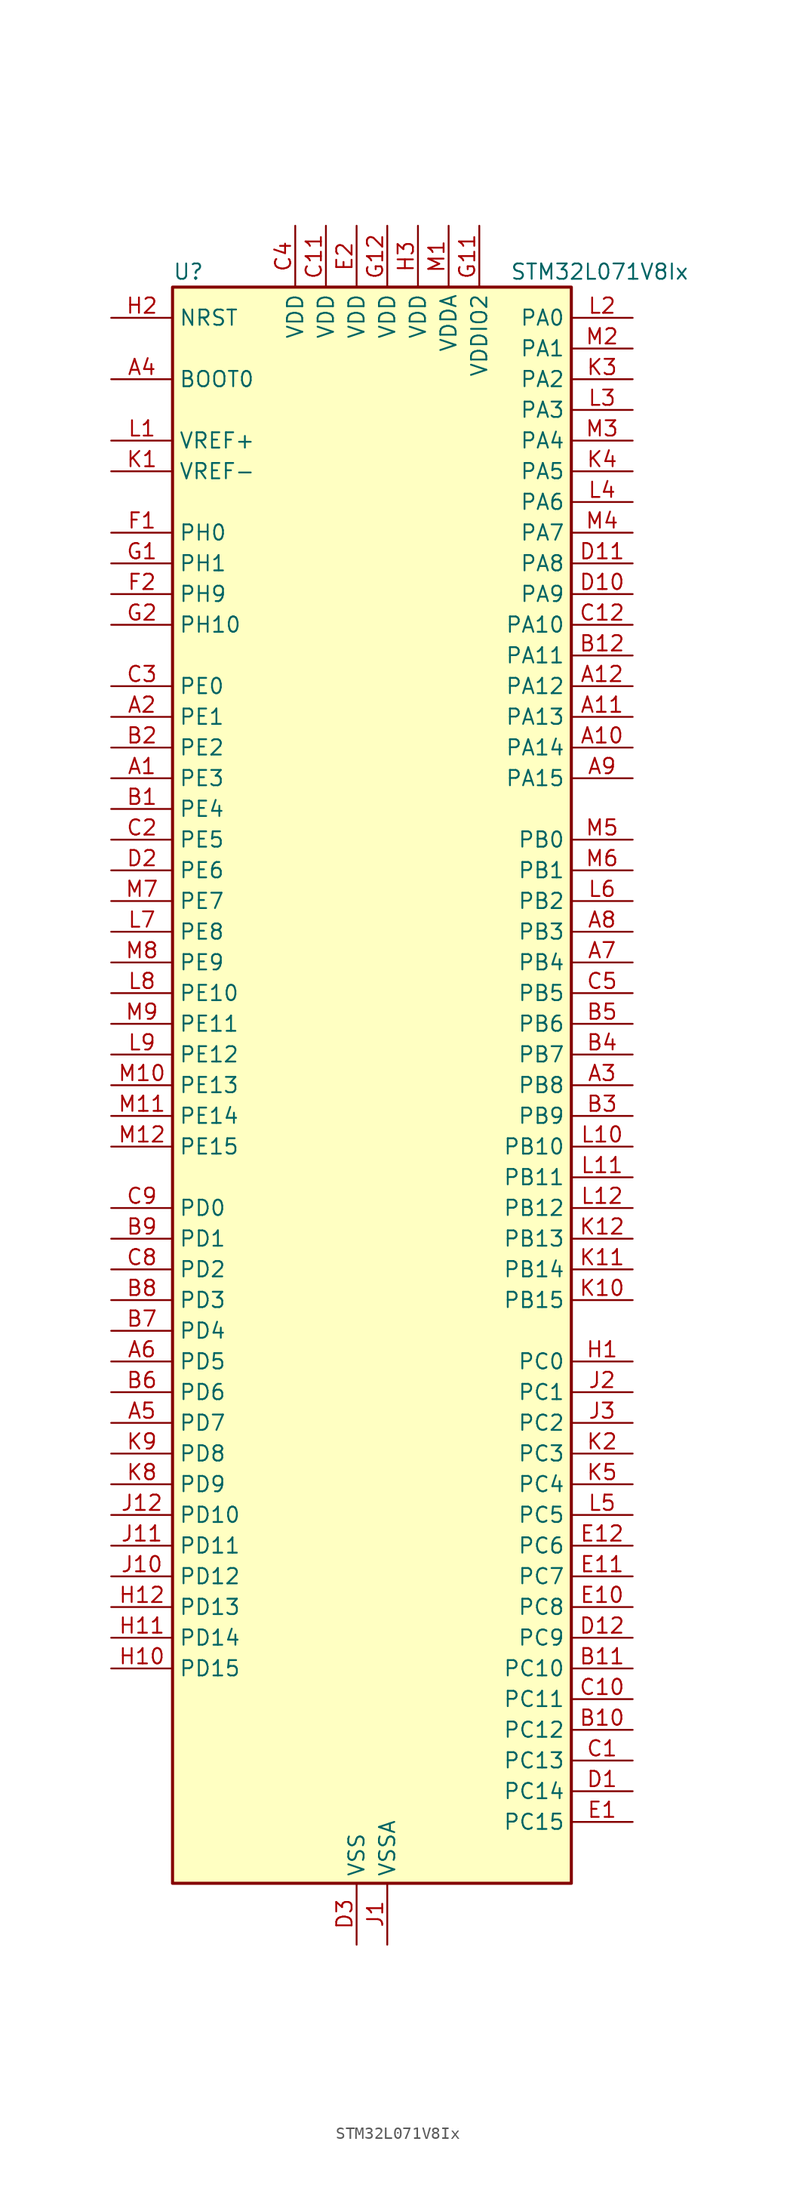
<source format=kicad_sym>
(kicad_symbol_lib
  (version 20220914)
  (generator kicad_symbol_editor)
  (symbol "STM32L071V8Ix"
    (property "Reference" "U"
      (at -15.24 67.31 0)
      (effects (font (size 1.27 1.27)) (justify left)))
    (property "Value" "STM32L071V8Ix"
      (at 12.7 67.31 0)
      (effects (font (size 1.27 1.27)) (justify left)))
    (property "ki_locked" ""
      (at 0 0 0)
      (effects (font (size 1.27 1.27))))
    (symbol "STM32L071V8Ix_0_1"
      (rectangle (start -15.24 -66.04) (end 17.78 66.04) (stroke (width 0.254) (type default)) (fill (type background))))
    (symbol "STM32L071V8Ix_1_1"
      (pin bidirectional line (at -20.32 25.4 0) (length 5.08) (name "PE3" (effects (font (size 1.27 1.27)))) (number "A1" (effects (font (size 1.27 1.27)))) (alternate "TIM22_CH1" bidirectional line) (alternate "TIM3_CH1" bidirectional line))
      (pin bidirectional line (at 22.86 27.94 180) (length 5.08) (name "PA14" (effects (font (size 1.27 1.27)))) (number "A10" (effects (font (size 1.27 1.27)))) (alternate "LPUART1_TX" bidirectional line) (alternate "SYS_SWCLK" bidirectional line) (alternate "USART2_TX" bidirectional line))
      (pin bidirectional line (at 22.86 30.48 180) (length 5.08) (name "PA13" (effects (font (size 1.27 1.27)))) (number "A11" (effects (font (size 1.27 1.27)))) (alternate "LPUART1_RX" bidirectional line) (alternate "SYS_SWDIO" bidirectional line))
      (pin bidirectional line (at 22.86 33.02 180) (length 5.08) (name "PA12" (effects (font (size 1.27 1.27)))) (number "A12" (effects (font (size 1.27 1.27)))) (alternate "COMP2_OUT" bidirectional line) (alternate "SPI1_MOSI" bidirectional line) (alternate "USART1_DE" bidirectional line) (alternate "USART1_RTS" bidirectional line))
      (pin bidirectional line (at -20.32 30.48 0) (length 5.08) (name "PE1" (effects (font (size 1.27 1.27)))) (number "A2" (effects (font (size 1.27 1.27)))))
      (pin bidirectional line (at 22.86 0 180) (length 5.08) (name "PB8" (effects (font (size 1.27 1.27)))) (number "A3" (effects (font (size 1.27 1.27)))) (alternate "I2C1_SCL" bidirectional line))
      (pin input line (at -20.32 58.42 0) (length 5.08) (name "BOOT0" (effects (font (size 1.27 1.27)))) (number "A4" (effects (font (size 1.27 1.27)))))
      (pin bidirectional line (at -20.32 -27.94 0) (length 5.08) (name "PD7" (effects (font (size 1.27 1.27)))) (number "A5" (effects (font (size 1.27 1.27)))) (alternate "TIM21_CH2" bidirectional line) (alternate "USART2_CK" bidirectional line))
      (pin bidirectional line (at -20.32 -22.86 0) (length 5.08) (name "PD5" (effects (font (size 1.27 1.27)))) (number "A6" (effects (font (size 1.27 1.27)))) (alternate "USART2_TX" bidirectional line))
      (pin bidirectional line (at 22.86 10.16 180) (length 5.08) (name "PB4" (effects (font (size 1.27 1.27)))) (number "A7" (effects (font (size 1.27 1.27)))) (alternate "COMP2_INP" bidirectional line) (alternate "I2C3_SDA" bidirectional line) (alternate "SPI1_MISO" bidirectional line) (alternate "TIM22_CH1" bidirectional line) (alternate "TIM3_CH1" bidirectional line) (alternate "USART1_CTS" bidirectional line) (alternate "USART5_RX" bidirectional line))
      (pin bidirectional line (at 22.86 12.7 180) (length 5.08) (name "PB3" (effects (font (size 1.27 1.27)))) (number "A8" (effects (font (size 1.27 1.27)))) (alternate "COMP2_INM" bidirectional line) (alternate "SPI1_SCK" bidirectional line) (alternate "TIM2_CH2" bidirectional line) (alternate "USART1_DE" bidirectional line) (alternate "USART1_RTS" bidirectional line) (alternate "USART5_TX" bidirectional line))
      (pin bidirectional line (at 22.86 25.4 180) (length 5.08) (name "PA15" (effects (font (size 1.27 1.27)))) (number "A9" (effects (font (size 1.27 1.27)))) (alternate "SPI1_NSS" bidirectional line) (alternate "TIM2_CH1" bidirectional line) (alternate "TIM2_ETR" bidirectional line) (alternate "USART2_RX" bidirectional line) (alternate "USART4_DE" bidirectional line) (alternate "USART4_RTS" bidirectional line))
      (pin bidirectional line (at -20.32 22.86 0) (length 5.08) (name "PE4" (effects (font (size 1.27 1.27)))) (number "B1" (effects (font (size 1.27 1.27)))) (alternate "TIM22_CH2" bidirectional line) (alternate "TIM3_CH2" bidirectional line))
      (pin bidirectional line (at 22.86 -53.34 180) (length 5.08) (name "PC12" (effects (font (size 1.27 1.27)))) (number "B10" (effects (font (size 1.27 1.27)))) (alternate "USART4_CK" bidirectional line) (alternate "USART5_TX" bidirectional line))
      (pin bidirectional line (at 22.86 -48.26 180) (length 5.08) (name "PC10" (effects (font (size 1.27 1.27)))) (number "B11" (effects (font (size 1.27 1.27)))) (alternate "LPUART1_TX" bidirectional line) (alternate "USART4_TX" bidirectional line))
      (pin bidirectional line (at 22.86 35.56 180) (length 5.08) (name "PA11" (effects (font (size 1.27 1.27)))) (number "B12" (effects (font (size 1.27 1.27)))) (alternate "ADC_EXTI11" bidirectional line) (alternate "COMP1_OUT" bidirectional line) (alternate "SPI1_MISO" bidirectional line) (alternate "USART1_CTS" bidirectional line))
      (pin bidirectional line (at -20.32 27.94 0) (length 5.08) (name "PE2" (effects (font (size 1.27 1.27)))) (number "B2" (effects (font (size 1.27 1.27)))) (alternate "TIM3_ETR" bidirectional line))
      (pin bidirectional line (at 22.86 -2.54 180) (length 5.08) (name "PB9" (effects (font (size 1.27 1.27)))) (number "B3" (effects (font (size 1.27 1.27)))) (alternate "I2C1_SDA" bidirectional line) (alternate "I2S2_WS" bidirectional line) (alternate "SPI2_NSS" bidirectional line))
      (pin bidirectional line (at 22.86 2.54 180) (length 5.08) (name "PB7" (effects (font (size 1.27 1.27)))) (number "B4" (effects (font (size 1.27 1.27)))) (alternate "COMP2_INP" bidirectional line) (alternate "I2C1_SDA" bidirectional line) (alternate "LPTIM1_IN2" bidirectional line) (alternate "SYS_PVD_IN" bidirectional line) (alternate "USART1_RX" bidirectional line) (alternate "USART4_CTS" bidirectional line))
      (pin bidirectional line (at 22.86 5.08 180) (length 5.08) (name "PB6" (effects (font (size 1.27 1.27)))) (number "B5" (effects (font (size 1.27 1.27)))) (alternate "COMP2_INP" bidirectional line) (alternate "I2C1_SCL" bidirectional line) (alternate "LPTIM1_ETR" bidirectional line) (alternate "USART1_TX" bidirectional line))
      (pin bidirectional line (at -20.32 -25.4 0) (length 5.08) (name "PD6" (effects (font (size 1.27 1.27)))) (number "B6" (effects (font (size 1.27 1.27)))) (alternate "USART2_RX" bidirectional line))
      (pin bidirectional line (at -20.32 -20.32 0) (length 5.08) (name "PD4" (effects (font (size 1.27 1.27)))) (number "B7" (effects (font (size 1.27 1.27)))) (alternate "I2S2_SD" bidirectional line) (alternate "SPI2_MOSI" bidirectional line) (alternate "USART2_DE" bidirectional line) (alternate "USART2_RTS" bidirectional line))
      (pin bidirectional line (at -20.32 -17.78 0) (length 5.08) (name "PD3" (effects (font (size 1.27 1.27)))) (number "B8" (effects (font (size 1.27 1.27)))) (alternate "I2S2_MCK" bidirectional line) (alternate "SPI2_MISO" bidirectional line) (alternate "USART2_CTS" bidirectional line))
      (pin bidirectional line (at -20.32 -12.7 0) (length 5.08) (name "PD1" (effects (font (size 1.27 1.27)))) (number "B9" (effects (font (size 1.27 1.27)))) (alternate "I2S2_CK" bidirectional line) (alternate "SPI2_SCK" bidirectional line))
      (pin bidirectional line (at 22.86 -55.88 180) (length 5.08) (name "PC13" (effects (font (size 1.27 1.27)))) (number "C1" (effects (font (size 1.27 1.27)))) (alternate "RTC_OUT_ALARM" bidirectional line) (alternate "RTC_OUT_CALIB" bidirectional line) (alternate "RTC_TAMP1" bidirectional line) (alternate "RTC_TS" bidirectional line) (alternate "SYS_WKUP2" bidirectional line))
      (pin bidirectional line (at 22.86 -50.8 180) (length 5.08) (name "PC11" (effects (font (size 1.27 1.27)))) (number "C10" (effects (font (size 1.27 1.27)))) (alternate "ADC_EXTI11" bidirectional line) (alternate "LPUART1_RX" bidirectional line) (alternate "USART4_RX" bidirectional line))
      (pin power_in line (at -2.54 71.12 270) (length 5.08) (name "VDD" (effects (font (size 1.27 1.27)))) (number "C11" (effects (font (size 1.27 1.27)))))
      (pin bidirectional line (at 22.86 38.1 180) (length 5.08) (name "PA10" (effects (font (size 1.27 1.27)))) (number "C12" (effects (font (size 1.27 1.27)))) (alternate "I2C1_SDA" bidirectional line) (alternate "USART1_RX" bidirectional line))
      (pin bidirectional line (at -20.32 20.32 0) (length 5.08) (name "PE5" (effects (font (size 1.27 1.27)))) (number "C2" (effects (font (size 1.27 1.27)))) (alternate "TIM21_CH1" bidirectional line) (alternate "TIM3_CH3" bidirectional line))
      (pin bidirectional line (at -20.32 33.02 0) (length 5.08) (name "PE0" (effects (font (size 1.27 1.27)))) (number "C3" (effects (font (size 1.27 1.27)))))
      (pin power_in line (at -5.08 71.12 270) (length 5.08) (name "VDD" (effects (font (size 1.27 1.27)))) (number "C4" (effects (font (size 1.27 1.27)))))
      (pin bidirectional line (at 22.86 7.62 180) (length 5.08) (name "PB5" (effects (font (size 1.27 1.27)))) (number "C5" (effects (font (size 1.27 1.27)))) (alternate "COMP2_INP" bidirectional line) (alternate "I2C1_SMBA" bidirectional line) (alternate "LPTIM1_IN1" bidirectional line) (alternate "SPI1_MOSI" bidirectional line) (alternate "TIM22_CH2" bidirectional line) (alternate "TIM3_CH2" bidirectional line) (alternate "USART1_CK" bidirectional line) (alternate "USART5_CK" bidirectional line) (alternate "USART5_DE" bidirectional line) (alternate "USART5_RTS" bidirectional line))
      (pin bidirectional line (at -20.32 -15.24 0) (length 5.08) (name "PD2" (effects (font (size 1.27 1.27)))) (number "C8" (effects (font (size 1.27 1.27)))) (alternate "LPUART1_DE" bidirectional line) (alternate "LPUART1_RTS" bidirectional line) (alternate "TIM3_ETR" bidirectional line) (alternate "USART5_RX" bidirectional line))
      (pin bidirectional line (at -20.32 -10.16 0) (length 5.08) (name "PD0" (effects (font (size 1.27 1.27)))) (number "C9" (effects (font (size 1.27 1.27)))) (alternate "I2S2_WS" bidirectional line) (alternate "SPI2_NSS" bidirectional line) (alternate "TIM21_CH1" bidirectional line))
      (pin bidirectional line (at 22.86 -58.42 180) (length 5.08) (name "PC14" (effects (font (size 1.27 1.27)))) (number "D1" (effects (font (size 1.27 1.27)))) (alternate "RCC_OSC32_IN" bidirectional line))
      (pin bidirectional line (at 22.86 40.64 180) (length 5.08) (name "PA9" (effects (font (size 1.27 1.27)))) (number "D10" (effects (font (size 1.27 1.27)))) (alternate "I2C1_SCL" bidirectional line) (alternate "I2C3_SMBA" bidirectional line) (alternate "RCC_MCO" bidirectional line) (alternate "USART1_TX" bidirectional line))
      (pin bidirectional line (at 22.86 43.18 180) (length 5.08) (name "PA8" (effects (font (size 1.27 1.27)))) (number "D11" (effects (font (size 1.27 1.27)))) (alternate "I2C3_SCL" bidirectional line) (alternate "RCC_MCO" bidirectional line) (alternate "USART1_CK" bidirectional line))
      (pin bidirectional line (at 22.86 -45.72 180) (length 5.08) (name "PC9" (effects (font (size 1.27 1.27)))) (number "D12" (effects (font (size 1.27 1.27)))) (alternate "I2C3_SDA" bidirectional line) (alternate "TIM21_ETR" bidirectional line) (alternate "TIM3_CH4" bidirectional line))
      (pin bidirectional line (at -20.32 17.78 0) (length 5.08) (name "PE6" (effects (font (size 1.27 1.27)))) (number "D2" (effects (font (size 1.27 1.27)))) (alternate "RTC_TAMP3" bidirectional line) (alternate "SYS_WKUP3" bidirectional line) (alternate "TIM21_CH2" bidirectional line) (alternate "TIM3_CH4" bidirectional line))
      (pin power_in line (at 0 -71.12 90) (length 5.08) (name "VSS" (effects (font (size 1.27 1.27)))) (number "D3" (effects (font (size 1.27 1.27)))))
      (pin bidirectional line (at 22.86 -60.96 180) (length 5.08) (name "PC15" (effects (font (size 1.27 1.27)))) (number "E1" (effects (font (size 1.27 1.27)))) (alternate "RCC_OSC32_OUT" bidirectional line))
      (pin bidirectional line (at 22.86 -43.18 180) (length 5.08) (name "PC8" (effects (font (size 1.27 1.27)))) (number "E10" (effects (font (size 1.27 1.27)))) (alternate "TIM22_ETR" bidirectional line) (alternate "TIM3_CH3" bidirectional line))
      (pin bidirectional line (at 22.86 -40.64 180) (length 5.08) (name "PC7" (effects (font (size 1.27 1.27)))) (number "E11" (effects (font (size 1.27 1.27)))) (alternate "TIM22_CH2" bidirectional line) (alternate "TIM3_CH2" bidirectional line))
      (pin bidirectional line (at 22.86 -38.1 180) (length 5.08) (name "PC6" (effects (font (size 1.27 1.27)))) (number "E12" (effects (font (size 1.27 1.27)))) (alternate "TIM22_CH1" bidirectional line) (alternate "TIM3_CH1" bidirectional line))
      (pin power_in line (at 0 71.12 270) (length 5.08) (name "VDD" (effects (font (size 1.27 1.27)))) (number "E2" (effects (font (size 1.27 1.27)))))
      (pin passive line (at 0 -71.12 90) (length 5.08) hide (name "VSS" (effects (font (size 1.27 1.27)))) (number "E3" (effects (font (size 1.27 1.27)))))
      (pin bidirectional line (at -20.32 45.72 0) (length 5.08) (name "PH0" (effects (font (size 1.27 1.27)))) (number "F1" (effects (font (size 1.27 1.27)))) (alternate "RCC_OSC_IN" bidirectional line))
      (pin passive line (at 0 -71.12 90) (length 5.08) hide (name "VSS" (effects (font (size 1.27 1.27)))) (number "F11" (effects (font (size 1.27 1.27)))))
      (pin passive line (at 0 -71.12 90) (length 5.08) hide (name "VSS" (effects (font (size 1.27 1.27)))) (number "F12" (effects (font (size 1.27 1.27)))))
      (pin bidirectional line (at -20.32 40.64 0) (length 5.08) (name "PH9" (effects (font (size 1.27 1.27)))) (number "F2" (effects (font (size 1.27 1.27)))))
      (pin bidirectional line (at -20.32 43.18 0) (length 5.08) (name "PH1" (effects (font (size 1.27 1.27)))) (number "G1" (effects (font (size 1.27 1.27)))) (alternate "RCC_OSC_OUT" bidirectional line))
      (pin power_in line (at 10.16 71.12 270) (length 5.08) (name "VDDIO2" (effects (font (size 1.27 1.27)))) (number "G11" (effects (font (size 1.27 1.27)))))
      (pin power_in line (at 2.54 71.12 270) (length 5.08) (name "VDD" (effects (font (size 1.27 1.27)))) (number "G12" (effects (font (size 1.27 1.27)))))
      (pin bidirectional line (at -20.32 38.1 0) (length 5.08) (name "PH10" (effects (font (size 1.27 1.27)))) (number "G2" (effects (font (size 1.27 1.27)))))
      (pin bidirectional line (at 22.86 -22.86 180) (length 5.08) (name "PC0" (effects (font (size 1.27 1.27)))) (number "H1" (effects (font (size 1.27 1.27)))) (alternate "ADC_IN10" bidirectional line) (alternate "I2C3_SCL" bidirectional line) (alternate "LPTIM1_IN1" bidirectional line) (alternate "LPUART1_RX" bidirectional line))
      (pin bidirectional line (at -20.32 -48.26 0) (length 5.08) (name "PD15" (effects (font (size 1.27 1.27)))) (number "H10" (effects (font (size 1.27 1.27)))))
      (pin bidirectional line (at -20.32 -45.72 0) (length 5.08) (name "PD14" (effects (font (size 1.27 1.27)))) (number "H11" (effects (font (size 1.27 1.27)))))
      (pin bidirectional line (at -20.32 -43.18 0) (length 5.08) (name "PD13" (effects (font (size 1.27 1.27)))) (number "H12" (effects (font (size 1.27 1.27)))))
      (pin input line (at -20.32 63.5 0) (length 5.08) (name "NRST" (effects (font (size 1.27 1.27)))) (number "H2" (effects (font (size 1.27 1.27)))))
      (pin power_in line (at 5.08 71.12 270) (length 5.08) (name "VDD" (effects (font (size 1.27 1.27)))) (number "H3" (effects (font (size 1.27 1.27)))))
      (pin power_in line (at 2.54 -71.12 90) (length 5.08) (name "VSSA" (effects (font (size 1.27 1.27)))) (number "J1" (effects (font (size 1.27 1.27)))))
      (pin bidirectional line (at -20.32 -40.64 0) (length 5.08) (name "PD12" (effects (font (size 1.27 1.27)))) (number "J10" (effects (font (size 1.27 1.27)))) (alternate "LPUART1_DE" bidirectional line) (alternate "LPUART1_RTS" bidirectional line))
      (pin bidirectional line (at -20.32 -38.1 0) (length 5.08) (name "PD11" (effects (font (size 1.27 1.27)))) (number "J11" (effects (font (size 1.27 1.27)))) (alternate "ADC_EXTI11" bidirectional line) (alternate "LPUART1_CTS" bidirectional line))
      (pin bidirectional line (at -20.32 -35.56 0) (length 5.08) (name "PD10" (effects (font (size 1.27 1.27)))) (number "J12" (effects (font (size 1.27 1.27)))))
      (pin bidirectional line (at 22.86 -25.4 180) (length 5.08) (name "PC1" (effects (font (size 1.27 1.27)))) (number "J2" (effects (font (size 1.27 1.27)))) (alternate "ADC_IN11" bidirectional line) (alternate "I2C3_SDA" bidirectional line) (alternate "LPTIM1_OUT" bidirectional line) (alternate "LPUART1_TX" bidirectional line))
      (pin bidirectional line (at 22.86 -27.94 180) (length 5.08) (name "PC2" (effects (font (size 1.27 1.27)))) (number "J3" (effects (font (size 1.27 1.27)))) (alternate "ADC_IN12" bidirectional line) (alternate "I2S2_MCK" bidirectional line) (alternate "LPTIM1_IN2" bidirectional line) (alternate "SPI2_MISO" bidirectional line))
      (pin input line (at -20.32 50.8 0) (length 5.08) (name "VREF-" (effects (font (size 1.27 1.27)))) (number "K1" (effects (font (size 1.27 1.27)))))
      (pin bidirectional line (at 22.86 -17.78 180) (length 5.08) (name "PB15" (effects (font (size 1.27 1.27)))) (number "K10" (effects (font (size 1.27 1.27)))) (alternate "I2S2_SD" bidirectional line) (alternate "RTC_REFIN" bidirectional line) (alternate "SPI2_MOSI" bidirectional line))
      (pin bidirectional line (at 22.86 -15.24 180) (length 5.08) (name "PB14" (effects (font (size 1.27 1.27)))) (number "K11" (effects (font (size 1.27 1.27)))) (alternate "I2C2_SDA" bidirectional line) (alternate "I2S2_MCK" bidirectional line) (alternate "LPUART1_DE" bidirectional line) (alternate "LPUART1_RTS" bidirectional line) (alternate "RTC_OUT_ALARM" bidirectional line) (alternate "RTC_OUT_CALIB" bidirectional line) (alternate "SPI2_MISO" bidirectional line) (alternate "TIM21_CH2" bidirectional line))
      (pin bidirectional line (at 22.86 -12.7 180) (length 5.08) (name "PB13" (effects (font (size 1.27 1.27)))) (number "K12" (effects (font (size 1.27 1.27)))) (alternate "I2C2_SCL" bidirectional line) (alternate "I2S2_CK" bidirectional line) (alternate "LPUART1_CTS" bidirectional line) (alternate "RCC_MCO" bidirectional line) (alternate "SPI2_SCK" bidirectional line) (alternate "TIM21_CH1" bidirectional line))
      (pin bidirectional line (at 22.86 -30.48 180) (length 5.08) (name "PC3" (effects (font (size 1.27 1.27)))) (number "K2" (effects (font (size 1.27 1.27)))) (alternate "ADC_IN13" bidirectional line) (alternate "I2S2_SD" bidirectional line) (alternate "LPTIM1_ETR" bidirectional line) (alternate "SPI2_MOSI" bidirectional line))
      (pin bidirectional line (at 22.86 58.42 180) (length 5.08) (name "PA2" (effects (font (size 1.27 1.27)))) (number "K3" (effects (font (size 1.27 1.27)))) (alternate "ADC_IN2" bidirectional line) (alternate "COMP2_INM" bidirectional line) (alternate "COMP2_OUT" bidirectional line) (alternate "LPUART1_TX" bidirectional line) (alternate "TIM21_CH1" bidirectional line) (alternate "TIM2_CH3" bidirectional line) (alternate "USART2_TX" bidirectional line))
      (pin bidirectional line (at 22.86 50.8 180) (length 5.08) (name "PA5" (effects (font (size 1.27 1.27)))) (number "K4" (effects (font (size 1.27 1.27)))) (alternate "ADC_IN5" bidirectional line) (alternate "COMP1_INM" bidirectional line) (alternate "COMP2_INM" bidirectional line) (alternate "SPI1_SCK" bidirectional line) (alternate "TIM2_CH1" bidirectional line) (alternate "TIM2_ETR" bidirectional line))
      (pin bidirectional line (at 22.86 -33.02 180) (length 5.08) (name "PC4" (effects (font (size 1.27 1.27)))) (number "K5" (effects (font (size 1.27 1.27)))) (alternate "ADC_IN14" bidirectional line) (alternate "LPUART1_TX" bidirectional line))
      (pin bidirectional line (at -20.32 -33.02 0) (length 5.08) (name "PD9" (effects (font (size 1.27 1.27)))) (number "K8" (effects (font (size 1.27 1.27)))) (alternate "LPUART1_RX" bidirectional line))
      (pin bidirectional line (at -20.32 -30.48 0) (length 5.08) (name "PD8" (effects (font (size 1.27 1.27)))) (number "K9" (effects (font (size 1.27 1.27)))) (alternate "LPUART1_TX" bidirectional line))
      (pin input line (at -20.32 53.34 0) (length 5.08) (name "VREF+" (effects (font (size 1.27 1.27)))) (number "L1" (effects (font (size 1.27 1.27)))))
      (pin bidirectional line (at 22.86 -5.08 180) (length 5.08) (name "PB10" (effects (font (size 1.27 1.27)))) (number "L10" (effects (font (size 1.27 1.27)))) (alternate "I2C2_SCL" bidirectional line) (alternate "LPUART1_RX" bidirectional line) (alternate "LPUART1_TX" bidirectional line) (alternate "SPI2_SCK" bidirectional line) (alternate "TIM2_CH3" bidirectional line))
      (pin bidirectional line (at 22.86 -7.62 180) (length 5.08) (name "PB11" (effects (font (size 1.27 1.27)))) (number "L11" (effects (font (size 1.27 1.27)))) (alternate "ADC_EXTI11" bidirectional line) (alternate "I2C2_SDA" bidirectional line) (alternate "LPUART1_RX" bidirectional line) (alternate "LPUART1_TX" bidirectional line) (alternate "TIM2_CH4" bidirectional line))
      (pin bidirectional line (at 22.86 -10.16 180) (length 5.08) (name "PB12" (effects (font (size 1.27 1.27)))) (number "L12" (effects (font (size 1.27 1.27)))) (alternate "I2S2_WS" bidirectional line) (alternate "LPUART1_DE" bidirectional line) (alternate "LPUART1_RTS" bidirectional line) (alternate "SPI2_NSS" bidirectional line))
      (pin bidirectional line (at 22.86 63.5 180) (length 5.08) (name "PA0" (effects (font (size 1.27 1.27)))) (number "L2" (effects (font (size 1.27 1.27)))) (alternate "ADC_IN0" bidirectional line) (alternate "COMP1_INM" bidirectional line) (alternate "COMP1_OUT" bidirectional line) (alternate "RTC_TAMP2" bidirectional line) (alternate "SYS_WKUP1" bidirectional line) (alternate "TIM2_CH1" bidirectional line) (alternate "TIM2_ETR" bidirectional line) (alternate "USART2_CTS" bidirectional line) (alternate "USART4_TX" bidirectional line))
      (pin bidirectional line (at 22.86 55.88 180) (length 5.08) (name "PA3" (effects (font (size 1.27 1.27)))) (number "L3" (effects (font (size 1.27 1.27)))) (alternate "ADC_IN3" bidirectional line) (alternate "COMP2_INP" bidirectional line) (alternate "LPUART1_RX" bidirectional line) (alternate "TIM21_CH2" bidirectional line) (alternate "TIM2_CH4" bidirectional line) (alternate "USART2_RX" bidirectional line))
      (pin bidirectional line (at 22.86 48.26 180) (length 5.08) (name "PA6" (effects (font (size 1.27 1.27)))) (number "L4" (effects (font (size 1.27 1.27)))) (alternate "ADC_IN6" bidirectional line) (alternate "COMP1_OUT" bidirectional line) (alternate "LPUART1_CTS" bidirectional line) (alternate "SPI1_MISO" bidirectional line) (alternate "TIM22_CH1" bidirectional line) (alternate "TIM3_CH1" bidirectional line))
      (pin bidirectional line (at 22.86 -35.56 180) (length 5.08) (name "PC5" (effects (font (size 1.27 1.27)))) (number "L5" (effects (font (size 1.27 1.27)))) (alternate "ADC_IN15" bidirectional line) (alternate "LPUART1_RX" bidirectional line))
      (pin bidirectional line (at 22.86 15.24 180) (length 5.08) (name "PB2" (effects (font (size 1.27 1.27)))) (number "L6" (effects (font (size 1.27 1.27)))) (alternate "I2C3_SMBA" bidirectional line) (alternate "LPTIM1_OUT" bidirectional line))
      (pin bidirectional line (at -20.32 12.7 0) (length 5.08) (name "PE8" (effects (font (size 1.27 1.27)))) (number "L7" (effects (font (size 1.27 1.27)))) (alternate "USART4_TX" bidirectional line))
      (pin bidirectional line (at -20.32 7.62 0) (length 5.08) (name "PE10" (effects (font (size 1.27 1.27)))) (number "L8" (effects (font (size 1.27 1.27)))) (alternate "TIM2_CH2" bidirectional line) (alternate "USART5_TX" bidirectional line))
      (pin bidirectional line (at -20.32 2.54 0) (length 5.08) (name "PE12" (effects (font (size 1.27 1.27)))) (number "L9" (effects (font (size 1.27 1.27)))) (alternate "SPI1_NSS" bidirectional line) (alternate "TIM2_CH4" bidirectional line))
      (pin power_in line (at 7.62 71.12 270) (length 5.08) (name "VDDA" (effects (font (size 1.27 1.27)))) (number "M1" (effects (font (size 1.27 1.27)))))
      (pin bidirectional line (at -20.32 0 0) (length 5.08) (name "PE13" (effects (font (size 1.27 1.27)))) (number "M10" (effects (font (size 1.27 1.27)))) (alternate "SPI1_SCK" bidirectional line))
      (pin bidirectional line (at -20.32 -2.54 0) (length 5.08) (name "PE14" (effects (font (size 1.27 1.27)))) (number "M11" (effects (font (size 1.27 1.27)))) (alternate "SPI1_MISO" bidirectional line))
      (pin bidirectional line (at -20.32 -5.08 0) (length 5.08) (name "PE15" (effects (font (size 1.27 1.27)))) (number "M12" (effects (font (size 1.27 1.27)))) (alternate "SPI1_MOSI" bidirectional line))
      (pin bidirectional line (at 22.86 60.96 180) (length 5.08) (name "PA1" (effects (font (size 1.27 1.27)))) (number "M2" (effects (font (size 1.27 1.27)))) (alternate "ADC_IN1" bidirectional line) (alternate "COMP1_INP" bidirectional line) (alternate "TIM21_ETR" bidirectional line) (alternate "TIM2_CH2" bidirectional line) (alternate "USART2_DE" bidirectional line) (alternate "USART2_RTS" bidirectional line) (alternate "USART4_RX" bidirectional line))
      (pin bidirectional line (at 22.86 53.34 180) (length 5.08) (name "PA4" (effects (font (size 1.27 1.27)))) (number "M3" (effects (font (size 1.27 1.27)))) (alternate "ADC_IN4" bidirectional line) (alternate "COMP1_INM" bidirectional line) (alternate "COMP2_INM" bidirectional line) (alternate "SPI1_NSS" bidirectional line) (alternate "TIM22_ETR" bidirectional line) (alternate "USART2_CK" bidirectional line))
      (pin bidirectional line (at 22.86 45.72 180) (length 5.08) (name "PA7" (effects (font (size 1.27 1.27)))) (number "M4" (effects (font (size 1.27 1.27)))) (alternate "ADC_IN7" bidirectional line) (alternate "COMP2_OUT" bidirectional line) (alternate "SPI1_MOSI" bidirectional line) (alternate "TIM22_CH2" bidirectional line) (alternate "TIM3_CH2" bidirectional line))
      (pin bidirectional line (at 22.86 20.32 180) (length 5.08) (name "PB0" (effects (font (size 1.27 1.27)))) (number "M5" (effects (font (size 1.27 1.27)))) (alternate "ADC_IN8" bidirectional line) (alternate "SYS_VREF_OUT_PB0" bidirectional line) (alternate "TIM3_CH3" bidirectional line))
      (pin bidirectional line (at 22.86 17.78 180) (length 5.08) (name "PB1" (effects (font (size 1.27 1.27)))) (number "M6" (effects (font (size 1.27 1.27)))) (alternate "ADC_IN9" bidirectional line) (alternate "LPUART1_DE" bidirectional line) (alternate "LPUART1_RTS" bidirectional line) (alternate "SYS_VREF_OUT_PB1" bidirectional line) (alternate "TIM3_CH4" bidirectional line))
      (pin bidirectional line (at -20.32 15.24 0) (length 5.08) (name "PE7" (effects (font (size 1.27 1.27)))) (number "M7" (effects (font (size 1.27 1.27)))) (alternate "USART5_CK" bidirectional line) (alternate "USART5_DE" bidirectional line) (alternate "USART5_RTS" bidirectional line))
      (pin bidirectional line (at -20.32 10.16 0) (length 5.08) (name "PE9" (effects (font (size 1.27 1.27)))) (number "M8" (effects (font (size 1.27 1.27)))) (alternate "TIM2_CH1" bidirectional line) (alternate "TIM2_ETR" bidirectional line) (alternate "USART4_RX" bidirectional line))
      (pin bidirectional line (at -20.32 5.08 0) (length 5.08) (name "PE11" (effects (font (size 1.27 1.27)))) (number "M9" (effects (font (size 1.27 1.27)))) (alternate "ADC_EXTI11" bidirectional line) (alternate "TIM2_CH3" bidirectional line) (alternate "USART5_RX" bidirectional line)))))
</source>
